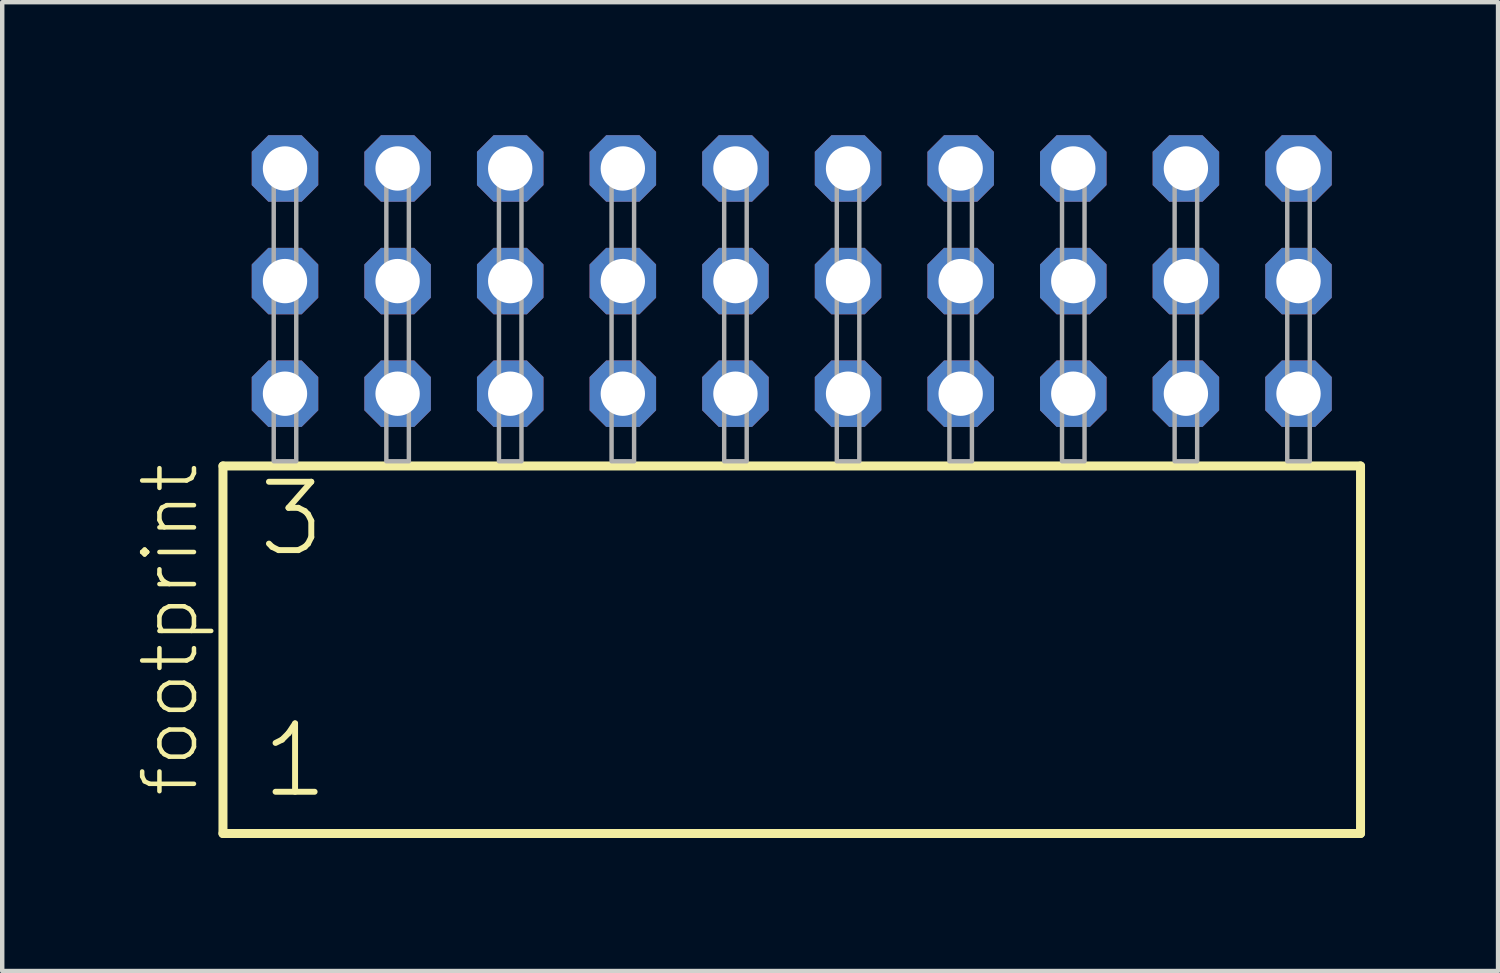
<source format=kicad_pcb>
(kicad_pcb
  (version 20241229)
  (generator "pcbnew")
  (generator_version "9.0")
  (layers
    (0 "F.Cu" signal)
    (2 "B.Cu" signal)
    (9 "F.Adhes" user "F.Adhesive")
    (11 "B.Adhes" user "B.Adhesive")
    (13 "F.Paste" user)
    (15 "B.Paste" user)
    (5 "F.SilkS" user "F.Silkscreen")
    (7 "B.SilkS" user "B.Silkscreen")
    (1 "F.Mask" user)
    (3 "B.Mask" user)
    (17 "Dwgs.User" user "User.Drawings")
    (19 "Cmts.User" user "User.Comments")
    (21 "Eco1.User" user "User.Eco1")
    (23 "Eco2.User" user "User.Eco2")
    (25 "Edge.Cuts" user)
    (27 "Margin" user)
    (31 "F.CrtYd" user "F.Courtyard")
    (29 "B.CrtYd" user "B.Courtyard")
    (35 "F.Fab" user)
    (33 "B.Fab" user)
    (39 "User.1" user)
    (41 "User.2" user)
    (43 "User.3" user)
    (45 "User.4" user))
  (footprint "footprint"
    (layer "F.Cu")
    (at 14.808 7.354)
    (property "Reference" "footprint" (at -13.335 7.62 90) (layer "F.SilkS") (effects (font (size 1.168 1.168) (thickness 0.102)) (justify left bottom)))
    (fp_line (start -12.829 0.106) (end -12.829 8.396) (stroke (width 0.203) (type solid)) (layer "F.SilkS"))
    (fp_line (start -12.829 8.396) (end 12.829 8.396) (stroke (width 0.203) (type solid)) (layer "F.SilkS"))
    (fp_line (start 12.829 0.106) (end -12.829 0.106) (stroke (width 0.203) (type solid)) (layer "F.SilkS"))
    (fp_line (start 12.829 8.396) (end 12.829 0.106) (stroke (width 0.203) (type solid)) (layer "F.SilkS"))
    (fp_poly (pts (xy -11.684 0) (xy -11.176 0) (xy -11.176 -6.858) (xy -11.684 -6.858)) (stroke (width 0.1) (type solid)) (fill no) (layer "F.Fab"))
    (fp_poly (pts (xy -9.144 0) (xy -8.636 0) (xy -8.636 -6.858) (xy -9.144 -6.858)) (stroke (width 0.1) (type solid)) (fill no) (layer "F.Fab"))
    (fp_poly (pts (xy -6.604 0) (xy -6.096 0) (xy -6.096 -6.858) (xy -6.604 -6.858)) (stroke (width 0.1) (type solid)) (fill no) (layer "F.Fab"))
    (fp_poly (pts (xy -4.064 0) (xy -3.556 0) (xy -3.556 -6.858) (xy -4.064 -6.858)) (stroke (width 0.1) (type solid)) (fill no) (layer "F.Fab"))
    (fp_poly (pts (xy -1.524 0) (xy -1.016 0) (xy -1.016 -6.858) (xy -1.524 -6.858)) (stroke (width 0.1) (type solid)) (fill no) (layer "F.Fab"))
    (fp_poly (pts (xy 1.016 0) (xy 1.524 0) (xy 1.524 -6.858) (xy 1.016 -6.858)) (stroke (width 0.1) (type solid)) (fill no) (layer "F.Fab"))
    (fp_poly (pts (xy 3.556 0) (xy 4.064 0) (xy 4.064 -6.858) (xy 3.556 -6.858)) (stroke (width 0.1) (type solid)) (fill no) (layer "F.Fab"))
    (fp_poly (pts (xy 6.096 0) (xy 6.604 0) (xy 6.604 -6.858) (xy 6.096 -6.858)) (stroke (width 0.1) (type solid)) (fill no) (layer "F.Fab"))
    (fp_poly (pts (xy 8.636 0) (xy 9.144 0) (xy 9.144 -6.858) (xy 8.636 -6.858)) (stroke (width 0.1) (type solid)) (fill no) (layer "F.Fab"))
    (fp_poly (pts (xy 11.176 0) (xy 11.684 0) (xy 11.684 -6.858) (xy 11.176 -6.858)) (stroke (width 0.1) (type solid)) (fill no) (layer "F.Fab"))
    (fp_text user "3" (at -12.1 2.2 0) (layer "F.SilkS") (effects (font (size 1.542 1.542) (thickness 0.134)) (justify left bottom)))
    (fp_text user "1" (at -12.025 7.65 0) (layer "F.SilkS") (effects (font (size 1.542 1.542) (thickness 0.134)) (justify left bottom)))
    (pad "1" thru_hole roundrect (at -11.43 -1.524) (size 1.5 1.5) (drill 1) (layers "*.Cu" "*.Mask") (roundrect_rratio 0.25) (chamfer_ratio 0.25) (chamfer top_left top_right bottom_left bottom_right))
    (pad "2" thru_hole roundrect (at -11.43 -4.064) (size 1.5 1.5) (drill 1) (layers "*.Cu" "*.Mask") (roundrect_rratio 0.25) (chamfer_ratio 0.25) (chamfer top_left top_right bottom_left bottom_right))
    (pad "3" thru_hole roundrect (at -11.43 -6.604) (size 1.5 1.5) (drill 1) (layers "*.Cu" "*.Mask") (roundrect_rratio 0.25) (chamfer_ratio 0.25) (chamfer top_left top_right bottom_left bottom_right))
    (pad "4" thru_hole roundrect (at -8.89 -1.524) (size 1.5 1.5) (drill 1) (layers "*.Cu" "*.Mask") (roundrect_rratio 0.25) (chamfer_ratio 0.25) (chamfer top_left top_right bottom_left bottom_right))
    (pad "5" thru_hole roundrect (at -8.89 -4.064) (size 1.5 1.5) (drill 1) (layers "*.Cu" "*.Mask") (roundrect_rratio 0.25) (chamfer_ratio 0.25) (chamfer top_left top_right bottom_left bottom_right))
    (pad "6" thru_hole roundrect (at -8.89 -6.604) (size 1.5 1.5) (drill 1) (layers "*.Cu" "*.Mask") (roundrect_rratio 0.25) (chamfer_ratio 0.25) (chamfer top_left top_right bottom_left bottom_right))
    (pad "7" thru_hole roundrect (at -6.35 -1.524) (size 1.5 1.5) (drill 1) (layers "*.Cu" "*.Mask") (roundrect_rratio 0.25) (chamfer_ratio 0.25) (chamfer top_left top_right bottom_left bottom_right))
    (pad "8" thru_hole roundrect (at -6.35 -4.064) (size 1.5 1.5) (drill 1) (layers "*.Cu" "*.Mask") (roundrect_rratio 0.25) (chamfer_ratio 0.25) (chamfer top_left top_right bottom_left bottom_right))
    (pad "9" thru_hole roundrect (at -6.35 -6.604) (size 1.5 1.5) (drill 1) (layers "*.Cu" "*.Mask") (roundrect_rratio 0.25) (chamfer_ratio 0.25) (chamfer top_left top_right bottom_left bottom_right))
    (pad "10" thru_hole roundrect (at -3.81 -1.524) (size 1.5 1.5) (drill 1) (layers "*.Cu" "*.Mask") (roundrect_rratio 0.25) (chamfer_ratio 0.25) (chamfer top_left top_right bottom_left bottom_right))
    (pad "11" thru_hole roundrect (at -3.81 -4.064) (size 1.5 1.5) (drill 1) (layers "*.Cu" "*.Mask") (roundrect_rratio 0.25) (chamfer_ratio 0.25) (chamfer top_left top_right bottom_left bottom_right))
    (pad "12" thru_hole roundrect (at -3.81 -6.604) (size 1.5 1.5) (drill 1) (layers "*.Cu" "*.Mask") (roundrect_rratio 0.25) (chamfer_ratio 0.25) (chamfer top_left top_right bottom_left bottom_right))
    (pad "13" thru_hole roundrect (at -1.27 -1.524) (size 1.5 1.5) (drill 1) (layers "*.Cu" "*.Mask") (roundrect_rratio 0.25) (chamfer_ratio 0.25) (chamfer top_left top_right bottom_left bottom_right))
    (pad "14" thru_hole roundrect (at -1.27 -4.064) (size 1.5 1.5) (drill 1) (layers "*.Cu" "*.Mask") (roundrect_rratio 0.25) (chamfer_ratio 0.25) (chamfer top_left top_right bottom_left bottom_right))
    (pad "15" thru_hole roundrect (at -1.27 -6.604) (size 1.5 1.5) (drill 1) (layers "*.Cu" "*.Mask") (roundrect_rratio 0.25) (chamfer_ratio 0.25) (chamfer top_left top_right bottom_left bottom_right))
    (pad "16" thru_hole roundrect (at 1.27 -1.524) (size 1.5 1.5) (drill 1) (layers "*.Cu" "*.Mask") (roundrect_rratio 0.25) (chamfer_ratio 0.25) (chamfer top_left top_right bottom_left bottom_right))
    (pad "17" thru_hole roundrect (at 1.27 -4.064) (size 1.5 1.5) (drill 1) (layers "*.Cu" "*.Mask") (roundrect_rratio 0.25) (chamfer_ratio 0.25) (chamfer top_left top_right bottom_left bottom_right))
    (pad "18" thru_hole roundrect (at 1.27 -6.604) (size 1.5 1.5) (drill 1) (layers "*.Cu" "*.Mask") (roundrect_rratio 0.25) (chamfer_ratio 0.25) (chamfer top_left top_right bottom_left bottom_right))
    (pad "19" thru_hole roundrect (at 3.81 -1.524) (size 1.5 1.5) (drill 1) (layers "*.Cu" "*.Mask") (roundrect_rratio 0.25) (chamfer_ratio 0.25) (chamfer top_left top_right bottom_left bottom_right))
    (pad "20" thru_hole roundrect (at 3.81 -4.064) (size 1.5 1.5) (drill 1) (layers "*.Cu" "*.Mask") (roundrect_rratio 0.25) (chamfer_ratio 0.25) (chamfer top_left top_right bottom_left bottom_right))
    (pad "21" thru_hole roundrect (at 3.81 -6.604) (size 1.5 1.5) (drill 1) (layers "*.Cu" "*.Mask") (roundrect_rratio 0.25) (chamfer_ratio 0.25) (chamfer top_left top_right bottom_left bottom_right))
    (pad "22" thru_hole roundrect (at 6.35 -1.524) (size 1.5 1.5) (drill 1) (layers "*.Cu" "*.Mask") (roundrect_rratio 0.25) (chamfer_ratio 0.25) (chamfer top_left top_right bottom_left bottom_right))
    (pad "23" thru_hole roundrect (at 6.35 -4.064) (size 1.5 1.5) (drill 1) (layers "*.Cu" "*.Mask") (roundrect_rratio 0.25) (chamfer_ratio 0.25) (chamfer top_left top_right bottom_left bottom_right))
    (pad "24" thru_hole roundrect (at 6.35 -6.604) (size 1.5 1.5) (drill 1) (layers "*.Cu" "*.Mask") (roundrect_rratio 0.25) (chamfer_ratio 0.25) (chamfer top_left top_right bottom_left bottom_right))
    (pad "25" thru_hole roundrect (at 8.89 -1.524) (size 1.5 1.5) (drill 1) (layers "*.Cu" "*.Mask") (roundrect_rratio 0.25) (chamfer_ratio 0.25) (chamfer top_left top_right bottom_left bottom_right))
    (pad "26" thru_hole roundrect (at 8.89 -4.064) (size 1.5 1.5) (drill 1) (layers "*.Cu" "*.Mask") (roundrect_rratio 0.25) (chamfer_ratio 0.25) (chamfer top_left top_right bottom_left bottom_right))
    (pad "27" thru_hole roundrect (at 8.89 -6.604) (size 1.5 1.5) (drill 1) (layers "*.Cu" "*.Mask") (roundrect_rratio 0.25) (chamfer_ratio 0.25) (chamfer top_left top_right bottom_left bottom_right))
    (pad "28" thru_hole roundrect (at 11.43 -1.524) (size 1.5 1.5) (drill 1) (layers "*.Cu" "*.Mask") (roundrect_rratio 0.25) (chamfer_ratio 0.25) (chamfer top_left top_right bottom_left bottom_right))
    (pad "29" thru_hole roundrect (at 11.43 -4.064) (size 1.5 1.5) (drill 1) (layers "*.Cu" "*.Mask") (roundrect_rratio 0.25) (chamfer_ratio 0.25) (chamfer top_left top_right bottom_left bottom_right))
    (pad "30" thru_hole roundrect (at 11.43 -6.604) (size 1.5 1.5) (drill 1) (layers "*.Cu" "*.Mask") (roundrect_rratio 0.25) (chamfer_ratio 0.25) (chamfer top_left top_right bottom_left bottom_right)))
  (gr_rect
    (start -3 -3)
    (end 30.739 18.852)
    (stroke (width 0.1) (type default))
    (fill no)
    (layer "Edge.Cuts")))
</source>
